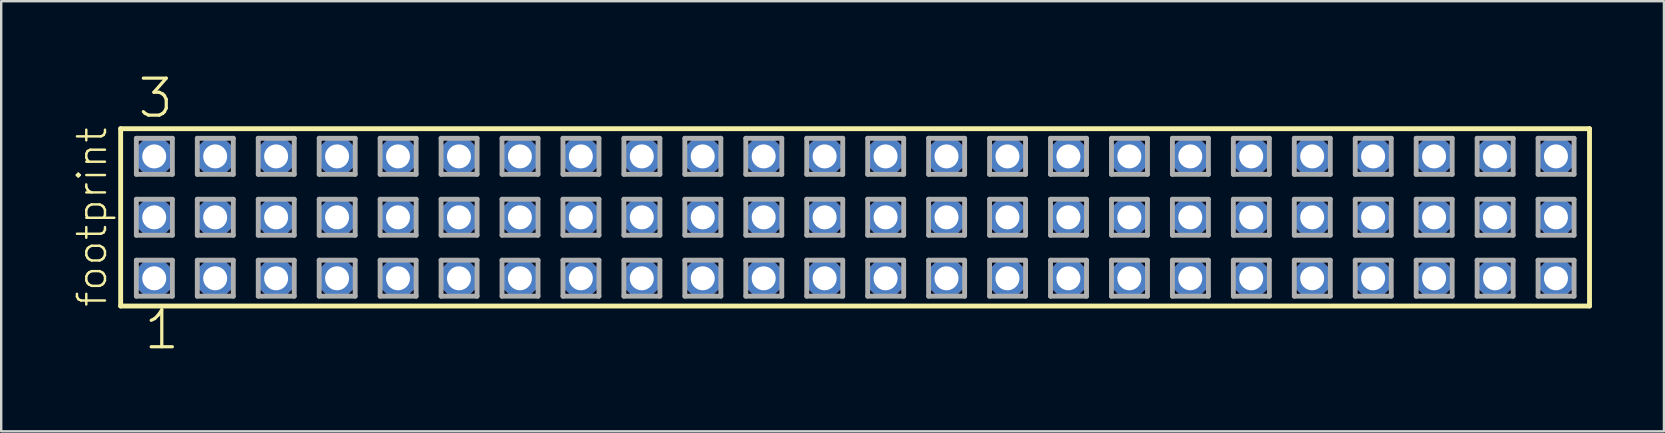
<source format=kicad_pcb>
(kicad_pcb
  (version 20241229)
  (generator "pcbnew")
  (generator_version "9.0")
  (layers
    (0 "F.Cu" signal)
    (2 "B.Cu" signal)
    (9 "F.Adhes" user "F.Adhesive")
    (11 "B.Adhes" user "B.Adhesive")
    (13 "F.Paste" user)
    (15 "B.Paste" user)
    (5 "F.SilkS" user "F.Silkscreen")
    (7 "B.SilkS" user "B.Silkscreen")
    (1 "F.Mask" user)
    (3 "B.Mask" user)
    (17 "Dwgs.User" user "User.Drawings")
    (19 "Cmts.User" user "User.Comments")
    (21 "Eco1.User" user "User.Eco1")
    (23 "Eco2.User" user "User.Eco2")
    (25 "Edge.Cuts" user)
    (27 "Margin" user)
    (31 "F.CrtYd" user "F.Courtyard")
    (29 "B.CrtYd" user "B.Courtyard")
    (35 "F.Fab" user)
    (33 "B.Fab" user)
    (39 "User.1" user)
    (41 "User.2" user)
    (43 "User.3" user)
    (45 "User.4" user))
  (footprint "footprint"
    (layer "F.Cu")
    (at 32.588 6.009)
    (property "Reference" "footprint" (at -31.115 3.81 90) (layer "F.SilkS") (effects (font (size 1.168 1.168) (thickness 0.102)) (justify left bottom)))
    (fp_line (start -30.609 -3.695) (end 30.609 -3.695) (stroke (width 0.203) (type solid)) (layer "F.SilkS"))
    (fp_line (start -30.609 3.695) (end -30.609 -3.695) (stroke (width 0.203) (type solid)) (layer "F.SilkS"))
    (fp_line (start 30.609 -3.695) (end 30.609 3.695) (stroke (width 0.203) (type solid)) (layer "F.SilkS"))
    (fp_line (start 30.609 3.695) (end -30.609 3.695) (stroke (width 0.203) (type solid)) (layer "F.SilkS"))
    (fp_line (start -29.955 -3.295) (end -28.455 -3.295) (stroke (width 0.203) (type solid)) (layer "F.Fab"))
    (fp_line (start -29.955 -1.795) (end -29.955 -3.295) (stroke (width 0.203) (type solid)) (layer "F.Fab"))
    (fp_line (start -29.955 -0.755) (end -28.455 -0.755) (stroke (width 0.203) (type solid)) (layer "F.Fab"))
    (fp_line (start -29.955 0.745) (end -29.955 -0.755) (stroke (width 0.203) (type solid)) (layer "F.Fab"))
    (fp_line (start -29.955 1.785) (end -28.455 1.785) (stroke (width 0.203) (type solid)) (layer "F.Fab"))
    (fp_line (start -29.955 3.285) (end -29.955 1.785) (stroke (width 0.203) (type solid)) (layer "F.Fab"))
    (fp_line (start -28.455 -3.295) (end -28.455 -1.795) (stroke (width 0.203) (type solid)) (layer "F.Fab"))
    (fp_line (start -28.455 -1.795) (end -29.955 -1.795) (stroke (width 0.203) (type solid)) (layer "F.Fab"))
    (fp_line (start -28.455 -0.755) (end -28.455 0.745) (stroke (width 0.203) (type solid)) (layer "F.Fab"))
    (fp_line (start -28.455 0.745) (end -29.955 0.745) (stroke (width 0.203) (type solid)) (layer "F.Fab"))
    (fp_line (start -28.455 1.785) (end -28.455 3.285) (stroke (width 0.203) (type solid)) (layer "F.Fab"))
    (fp_line (start -28.455 3.285) (end -29.955 3.285) (stroke (width 0.203) (type solid)) (layer "F.Fab"))
    (fp_line (start -27.415 -3.295) (end -25.915 -3.295) (stroke (width 0.203) (type solid)) (layer "F.Fab"))
    (fp_line (start -27.415 -1.795) (end -27.415 -3.295) (stroke (width 0.203) (type solid)) (layer "F.Fab"))
    (fp_line (start -27.415 -0.755) (end -25.915 -0.755) (stroke (width 0.203) (type solid)) (layer "F.Fab"))
    (fp_line (start -27.415 0.745) (end -27.415 -0.755) (stroke (width 0.203) (type solid)) (layer "F.Fab"))
    (fp_line (start -27.415 1.785) (end -25.915 1.785) (stroke (width 0.203) (type solid)) (layer "F.Fab"))
    (fp_line (start -27.415 3.285) (end -27.415 1.785) (stroke (width 0.203) (type solid)) (layer "F.Fab"))
    (fp_line (start -25.915 -3.295) (end -25.915 -1.795) (stroke (width 0.203) (type solid)) (layer "F.Fab"))
    (fp_line (start -25.915 -1.795) (end -27.415 -1.795) (stroke (width 0.203) (type solid)) (layer "F.Fab"))
    (fp_line (start -25.915 -0.755) (end -25.915 0.745) (stroke (width 0.203) (type solid)) (layer "F.Fab"))
    (fp_line (start -25.915 0.745) (end -27.415 0.745) (stroke (width 0.203) (type solid)) (layer "F.Fab"))
    (fp_line (start -25.915 1.785) (end -25.915 3.285) (stroke (width 0.203) (type solid)) (layer "F.Fab"))
    (fp_line (start -25.915 3.285) (end -27.415 3.285) (stroke (width 0.203) (type solid)) (layer "F.Fab"))
    (fp_line (start -24.875 -3.295) (end -23.375 -3.295) (stroke (width 0.203) (type solid)) (layer "F.Fab"))
    (fp_line (start -24.875 -1.795) (end -24.875 -3.295) (stroke (width 0.203) (type solid)) (layer "F.Fab"))
    (fp_line (start -24.875 -0.755) (end -23.375 -0.755) (stroke (width 0.203) (type solid)) (layer "F.Fab"))
    (fp_line (start -24.875 0.745) (end -24.875 -0.755) (stroke (width 0.203) (type solid)) (layer "F.Fab"))
    (fp_line (start -24.875 1.785) (end -23.375 1.785) (stroke (width 0.203) (type solid)) (layer "F.Fab"))
    (fp_line (start -24.875 3.285) (end -24.875 1.785) (stroke (width 0.203) (type solid)) (layer "F.Fab"))
    (fp_line (start -23.375 -3.295) (end -23.375 -1.795) (stroke (width 0.203) (type solid)) (layer "F.Fab"))
    (fp_line (start -23.375 -1.795) (end -24.875 -1.795) (stroke (width 0.203) (type solid)) (layer "F.Fab"))
    (fp_line (start -23.375 -0.755) (end -23.375 0.745) (stroke (width 0.203) (type solid)) (layer "F.Fab"))
    (fp_line (start -23.375 0.745) (end -24.875 0.745) (stroke (width 0.203) (type solid)) (layer "F.Fab"))
    (fp_line (start -23.375 1.785) (end -23.375 3.285) (stroke (width 0.203) (type solid)) (layer "F.Fab"))
    (fp_line (start -23.375 3.285) (end -24.875 3.285) (stroke (width 0.203) (type solid)) (layer "F.Fab"))
    (fp_line (start -22.335 -3.295) (end -20.835 -3.295) (stroke (width 0.203) (type solid)) (layer "F.Fab"))
    (fp_line (start -22.335 -1.795) (end -22.335 -3.295) (stroke (width 0.203) (type solid)) (layer "F.Fab"))
    (fp_line (start -22.335 -0.755) (end -20.835 -0.755) (stroke (width 0.203) (type solid)) (layer "F.Fab"))
    (fp_line (start -22.335 0.745) (end -22.335 -0.755) (stroke (width 0.203) (type solid)) (layer "F.Fab"))
    (fp_line (start -22.335 1.785) (end -20.835 1.785) (stroke (width 0.203) (type solid)) (layer "F.Fab"))
    (fp_line (start -22.335 3.285) (end -22.335 1.785) (stroke (width 0.203) (type solid)) (layer "F.Fab"))
    (fp_line (start -20.835 -3.295) (end -20.835 -1.795) (stroke (width 0.203) (type solid)) (layer "F.Fab"))
    (fp_line (start -20.835 -1.795) (end -22.335 -1.795) (stroke (width 0.203) (type solid)) (layer "F.Fab"))
    (fp_line (start -20.835 -0.755) (end -20.835 0.745) (stroke (width 0.203) (type solid)) (layer "F.Fab"))
    (fp_line (start -20.835 0.745) (end -22.335 0.745) (stroke (width 0.203) (type solid)) (layer "F.Fab"))
    (fp_line (start -20.835 1.785) (end -20.835 3.285) (stroke (width 0.203) (type solid)) (layer "F.Fab"))
    (fp_line (start -20.835 3.285) (end -22.335 3.285) (stroke (width 0.203) (type solid)) (layer "F.Fab"))
    (fp_line (start -19.795 -3.295) (end -18.295 -3.295) (stroke (width 0.203) (type solid)) (layer "F.Fab"))
    (fp_line (start -19.795 -1.795) (end -19.795 -3.295) (stroke (width 0.203) (type solid)) (layer "F.Fab"))
    (fp_line (start -19.795 -0.755) (end -18.295 -0.755) (stroke (width 0.203) (type solid)) (layer "F.Fab"))
    (fp_line (start -19.795 0.745) (end -19.795 -0.755) (stroke (width 0.203) (type solid)) (layer "F.Fab"))
    (fp_line (start -19.795 1.785) (end -18.295 1.785) (stroke (width 0.203) (type solid)) (layer "F.Fab"))
    (fp_line (start -19.795 3.285) (end -19.795 1.785) (stroke (width 0.203) (type solid)) (layer "F.Fab"))
    (fp_line (start -18.295 -3.295) (end -18.295 -1.795) (stroke (width 0.203) (type solid)) (layer "F.Fab"))
    (fp_line (start -18.295 -1.795) (end -19.795 -1.795) (stroke (width 0.203) (type solid)) (layer "F.Fab"))
    (fp_line (start -18.295 -0.755) (end -18.295 0.745) (stroke (width 0.203) (type solid)) (layer "F.Fab"))
    (fp_line (start -18.295 0.745) (end -19.795 0.745) (stroke (width 0.203) (type solid)) (layer "F.Fab"))
    (fp_line (start -18.295 1.785) (end -18.295 3.285) (stroke (width 0.203) (type solid)) (layer "F.Fab"))
    (fp_line (start -18.295 3.285) (end -19.795 3.285) (stroke (width 0.203) (type solid)) (layer "F.Fab"))
    (fp_line (start -17.255 -3.295) (end -15.755 -3.295) (stroke (width 0.203) (type solid)) (layer "F.Fab"))
    (fp_line (start -17.255 -1.795) (end -17.255 -3.295) (stroke (width 0.203) (type solid)) (layer "F.Fab"))
    (fp_line (start -17.255 -0.755) (end -15.755 -0.755) (stroke (width 0.203) (type solid)) (layer "F.Fab"))
    (fp_line (start -17.255 0.745) (end -17.255 -0.755) (stroke (width 0.203) (type solid)) (layer "F.Fab"))
    (fp_line (start -17.255 1.785) (end -15.755 1.785) (stroke (width 0.203) (type solid)) (layer "F.Fab"))
    (fp_line (start -17.255 3.285) (end -17.255 1.785) (stroke (width 0.203) (type solid)) (layer "F.Fab"))
    (fp_line (start -15.755 -3.295) (end -15.755 -1.795) (stroke (width 0.203) (type solid)) (layer "F.Fab"))
    (fp_line (start -15.755 -1.795) (end -17.255 -1.795) (stroke (width 0.203) (type solid)) (layer "F.Fab"))
    (fp_line (start -15.755 -0.755) (end -15.755 0.745) (stroke (width 0.203) (type solid)) (layer "F.Fab"))
    (fp_line (start -15.755 0.745) (end -17.255 0.745) (stroke (width 0.203) (type solid)) (layer "F.Fab"))
    (fp_line (start -15.755 1.785) (end -15.755 3.285) (stroke (width 0.203) (type solid)) (layer "F.Fab"))
    (fp_line (start -15.755 3.285) (end -17.255 3.285) (stroke (width 0.203) (type solid)) (layer "F.Fab"))
    (fp_line (start -14.715 -3.295) (end -13.215 -3.295) (stroke (width 0.203) (type solid)) (layer "F.Fab"))
    (fp_line (start -14.715 -1.795) (end -14.715 -3.295) (stroke (width 0.203) (type solid)) (layer "F.Fab"))
    (fp_line (start -14.715 -0.755) (end -13.215 -0.755) (stroke (width 0.203) (type solid)) (layer "F.Fab"))
    (fp_line (start -14.715 0.745) (end -14.715 -0.755) (stroke (width 0.203) (type solid)) (layer "F.Fab"))
    (fp_line (start -14.715 1.785) (end -13.215 1.785) (stroke (width 0.203) (type solid)) (layer "F.Fab"))
    (fp_line (start -14.715 3.285) (end -14.715 1.785) (stroke (width 0.203) (type solid)) (layer "F.Fab"))
    (fp_line (start -13.215 -3.295) (end -13.215 -1.795) (stroke (width 0.203) (type solid)) (layer "F.Fab"))
    (fp_line (start -13.215 -1.795) (end -14.715 -1.795) (stroke (width 0.203) (type solid)) (layer "F.Fab"))
    (fp_line (start -13.215 -0.755) (end -13.215 0.745) (stroke (width 0.203) (type solid)) (layer "F.Fab"))
    (fp_line (start -13.215 0.745) (end -14.715 0.745) (stroke (width 0.203) (type solid)) (layer "F.Fab"))
    (fp_line (start -13.215 1.785) (end -13.215 3.285) (stroke (width 0.203) (type solid)) (layer "F.Fab"))
    (fp_line (start -13.215 3.285) (end -14.715 3.285) (stroke (width 0.203) (type solid)) (layer "F.Fab"))
    (fp_line (start -12.175 -3.295) (end -10.675 -3.295) (stroke (width 0.203) (type solid)) (layer "F.Fab"))
    (fp_line (start -12.175 -1.795) (end -12.175 -3.295) (stroke (width 0.203) (type solid)) (layer "F.Fab"))
    (fp_line (start -12.175 -0.755) (end -10.675 -0.755) (stroke (width 0.203) (type solid)) (layer "F.Fab"))
    (fp_line (start -12.175 0.745) (end -12.175 -0.755) (stroke (width 0.203) (type solid)) (layer "F.Fab"))
    (fp_line (start -12.175 1.785) (end -10.675 1.785) (stroke (width 0.203) (type solid)) (layer "F.Fab"))
    (fp_line (start -12.175 3.285) (end -12.175 1.785) (stroke (width 0.203) (type solid)) (layer "F.Fab"))
    (fp_line (start -10.675 -3.295) (end -10.675 -1.795) (stroke (width 0.203) (type solid)) (layer "F.Fab"))
    (fp_line (start -10.675 -1.795) (end -12.175 -1.795) (stroke (width 0.203) (type solid)) (layer "F.Fab"))
    (fp_line (start -10.675 -0.755) (end -10.675 0.745) (stroke (width 0.203) (type solid)) (layer "F.Fab"))
    (fp_line (start -10.675 0.745) (end -12.175 0.745) (stroke (width 0.203) (type solid)) (layer "F.Fab"))
    (fp_line (start -10.675 1.785) (end -10.675 3.285) (stroke (width 0.203) (type solid)) (layer "F.Fab"))
    (fp_line (start -10.675 3.285) (end -12.175 3.285) (stroke (width 0.203) (type solid)) (layer "F.Fab"))
    (fp_line (start -9.635 -3.295) (end -8.135 -3.295) (stroke (width 0.203) (type solid)) (layer "F.Fab"))
    (fp_line (start -9.635 -1.795) (end -9.635 -3.295) (stroke (width 0.203) (type solid)) (layer "F.Fab"))
    (fp_line (start -9.635 -0.755) (end -8.135 -0.755) (stroke (width 0.203) (type solid)) (layer "F.Fab"))
    (fp_line (start -9.635 0.745) (end -9.635 -0.755) (stroke (width 0.203) (type solid)) (layer "F.Fab"))
    (fp_line (start -9.635 1.785) (end -8.135 1.785) (stroke (width 0.203) (type solid)) (layer "F.Fab"))
    (fp_line (start -9.635 3.285) (end -9.635 1.785) (stroke (width 0.203) (type solid)) (layer "F.Fab"))
    (fp_line (start -8.135 -3.295) (end -8.135 -1.795) (stroke (width 0.203) (type solid)) (layer "F.Fab"))
    (fp_line (start -8.135 -1.795) (end -9.635 -1.795) (stroke (width 0.203) (type solid)) (layer "F.Fab"))
    (fp_line (start -8.135 -0.755) (end -8.135 0.745) (stroke (width 0.203) (type solid)) (layer "F.Fab"))
    (fp_line (start -8.135 0.745) (end -9.635 0.745) (stroke (width 0.203) (type solid)) (layer "F.Fab"))
    (fp_line (start -8.135 1.785) (end -8.135 3.285) (stroke (width 0.203) (type solid)) (layer "F.Fab"))
    (fp_line (start -8.135 3.285) (end -9.635 3.285) (stroke (width 0.203) (type solid)) (layer "F.Fab"))
    (fp_line (start -7.095 -3.295) (end -5.595 -3.295) (stroke (width 0.203) (type solid)) (layer "F.Fab"))
    (fp_line (start -7.095 -1.795) (end -7.095 -3.295) (stroke (width 0.203) (type solid)) (layer "F.Fab"))
    (fp_line (start -7.095 -0.755) (end -5.595 -0.755) (stroke (width 0.203) (type solid)) (layer "F.Fab"))
    (fp_line (start -7.095 0.745) (end -7.095 -0.755) (stroke (width 0.203) (type solid)) (layer "F.Fab"))
    (fp_line (start -7.095 1.785) (end -5.595 1.785) (stroke (width 0.203) (type solid)) (layer "F.Fab"))
    (fp_line (start -7.095 3.285) (end -7.095 1.785) (stroke (width 0.203) (type solid)) (layer "F.Fab"))
    (fp_line (start -5.595 -3.295) (end -5.595 -1.795) (stroke (width 0.203) (type solid)) (layer "F.Fab"))
    (fp_line (start -5.595 -1.795) (end -7.095 -1.795) (stroke (width 0.203) (type solid)) (layer "F.Fab"))
    (fp_line (start -5.595 -0.755) (end -5.595 0.745) (stroke (width 0.203) (type solid)) (layer "F.Fab"))
    (fp_line (start -5.595 0.745) (end -7.095 0.745) (stroke (width 0.203) (type solid)) (layer "F.Fab"))
    (fp_line (start -5.595 1.785) (end -5.595 3.285) (stroke (width 0.203) (type solid)) (layer "F.Fab"))
    (fp_line (start -5.595 3.285) (end -7.095 3.285) (stroke (width 0.203) (type solid)) (layer "F.Fab"))
    (fp_line (start -4.555 -3.295) (end -3.055 -3.295) (stroke (width 0.203) (type solid)) (layer "F.Fab"))
    (fp_line (start -4.555 -1.795) (end -4.555 -3.295) (stroke (width 0.203) (type solid)) (layer "F.Fab"))
    (fp_line (start -4.555 -0.755) (end -3.055 -0.755) (stroke (width 0.203) (type solid)) (layer "F.Fab"))
    (fp_line (start -4.555 0.745) (end -4.555 -0.755) (stroke (width 0.203) (type solid)) (layer "F.Fab"))
    (fp_line (start -4.555 1.785) (end -3.055 1.785) (stroke (width 0.203) (type solid)) (layer "F.Fab"))
    (fp_line (start -4.555 3.285) (end -4.555 1.785) (stroke (width 0.203) (type solid)) (layer "F.Fab"))
    (fp_line (start -3.055 -3.295) (end -3.055 -1.795) (stroke (width 0.203) (type solid)) (layer "F.Fab"))
    (fp_line (start -3.055 -1.795) (end -4.555 -1.795) (stroke (width 0.203) (type solid)) (layer "F.Fab"))
    (fp_line (start -3.055 -0.755) (end -3.055 0.745) (stroke (width 0.203) (type solid)) (layer "F.Fab"))
    (fp_line (start -3.055 0.745) (end -4.555 0.745) (stroke (width 0.203) (type solid)) (layer "F.Fab"))
    (fp_line (start -3.055 1.785) (end -3.055 3.285) (stroke (width 0.203) (type solid)) (layer "F.Fab"))
    (fp_line (start -3.055 3.285) (end -4.555 3.285) (stroke (width 0.203) (type solid)) (layer "F.Fab"))
    (fp_line (start -2.015 -3.295) (end -0.515 -3.295) (stroke (width 0.203) (type solid)) (layer "F.Fab"))
    (fp_line (start -2.015 -1.795) (end -2.015 -3.295) (stroke (width 0.203) (type solid)) (layer "F.Fab"))
    (fp_line (start -2.015 -0.755) (end -0.515 -0.755) (stroke (width 0.203) (type solid)) (layer "F.Fab"))
    (fp_line (start -2.015 0.745) (end -2.015 -0.755) (stroke (width 0.203) (type solid)) (layer "F.Fab"))
    (fp_line (start -2.015 1.785) (end -0.515 1.785) (stroke (width 0.203) (type solid)) (layer "F.Fab"))
    (fp_line (start -2.015 3.285) (end -2.015 1.785) (stroke (width 0.203) (type solid)) (layer "F.Fab"))
    (fp_line (start -0.515 -3.295) (end -0.515 -1.795) (stroke (width 0.203) (type solid)) (layer "F.Fab"))
    (fp_line (start -0.515 -1.795) (end -2.015 -1.795) (stroke (width 0.203) (type solid)) (layer "F.Fab"))
    (fp_line (start -0.515 -0.755) (end -0.515 0.745) (stroke (width 0.203) (type solid)) (layer "F.Fab"))
    (fp_line (start -0.515 0.745) (end -2.015 0.745) (stroke (width 0.203) (type solid)) (layer "F.Fab"))
    (fp_line (start -0.515 1.785) (end -0.515 3.285) (stroke (width 0.203) (type solid)) (layer "F.Fab"))
    (fp_line (start -0.515 3.285) (end -2.015 3.285) (stroke (width 0.203) (type solid)) (layer "F.Fab"))
    (fp_line (start 0.525 -3.295) (end 2.025 -3.295) (stroke (width 0.203) (type solid)) (layer "F.Fab"))
    (fp_line (start 0.525 -1.795) (end 0.525 -3.295) (stroke (width 0.203) (type solid)) (layer "F.Fab"))
    (fp_line (start 0.525 -0.755) (end 2.025 -0.755) (stroke (width 0.203) (type solid)) (layer "F.Fab"))
    (fp_line (start 0.525 0.745) (end 0.525 -0.755) (stroke (width 0.203) (type solid)) (layer "F.Fab"))
    (fp_line (start 0.525 1.785) (end 2.025 1.785) (stroke (width 0.203) (type solid)) (layer "F.Fab"))
    (fp_line (start 0.525 3.285) (end 0.525 1.785) (stroke (width 0.203) (type solid)) (layer "F.Fab"))
    (fp_line (start 2.025 -3.295) (end 2.025 -1.795) (stroke (width 0.203) (type solid)) (layer "F.Fab"))
    (fp_line (start 2.025 -1.795) (end 0.525 -1.795) (stroke (width 0.203) (type solid)) (layer "F.Fab"))
    (fp_line (start 2.025 -0.755) (end 2.025 0.745) (stroke (width 0.203) (type solid)) (layer "F.Fab"))
    (fp_line (start 2.025 0.745) (end 0.525 0.745) (stroke (width 0.203) (type solid)) (layer "F.Fab"))
    (fp_line (start 2.025 1.785) (end 2.025 3.285) (stroke (width 0.203) (type solid)) (layer "F.Fab"))
    (fp_line (start 2.025 3.285) (end 0.525 3.285) (stroke (width 0.203) (type solid)) (layer "F.Fab"))
    (fp_line (start 3.065 -3.295) (end 4.565 -3.295) (stroke (width 0.203) (type solid)) (layer "F.Fab"))
    (fp_line (start 3.065 -1.795) (end 3.065 -3.295) (stroke (width 0.203) (type solid)) (layer "F.Fab"))
    (fp_line (start 3.065 -0.755) (end 4.565 -0.755) (stroke (width 0.203) (type solid)) (layer "F.Fab"))
    (fp_line (start 3.065 0.745) (end 3.065 -0.755) (stroke (width 0.203) (type solid)) (layer "F.Fab"))
    (fp_line (start 3.065 1.785) (end 4.565 1.785) (stroke (width 0.203) (type solid)) (layer "F.Fab"))
    (fp_line (start 3.065 3.285) (end 3.065 1.785) (stroke (width 0.203) (type solid)) (layer "F.Fab"))
    (fp_line (start 4.565 -3.295) (end 4.565 -1.795) (stroke (width 0.203) (type solid)) (layer "F.Fab"))
    (fp_line (start 4.565 -1.795) (end 3.065 -1.795) (stroke (width 0.203) (type solid)) (layer "F.Fab"))
    (fp_line (start 4.565 -0.755) (end 4.565 0.745) (stroke (width 0.203) (type solid)) (layer "F.Fab"))
    (fp_line (start 4.565 0.745) (end 3.065 0.745) (stroke (width 0.203) (type solid)) (layer "F.Fab"))
    (fp_line (start 4.565 1.785) (end 4.565 3.285) (stroke (width 0.203) (type solid)) (layer "F.Fab"))
    (fp_line (start 4.565 3.285) (end 3.065 3.285) (stroke (width 0.203) (type solid)) (layer "F.Fab"))
    (fp_line (start 5.605 -3.295) (end 7.105 -3.295) (stroke (width 0.203) (type solid)) (layer "F.Fab"))
    (fp_line (start 5.605 -1.795) (end 5.605 -3.295) (stroke (width 0.203) (type solid)) (layer "F.Fab"))
    (fp_line (start 5.605 -0.755) (end 7.105 -0.755) (stroke (width 0.203) (type solid)) (layer "F.Fab"))
    (fp_line (start 5.605 0.745) (end 5.605 -0.755) (stroke (width 0.203) (type solid)) (layer "F.Fab"))
    (fp_line (start 5.605 1.785) (end 7.105 1.785) (stroke (width 0.203) (type solid)) (layer "F.Fab"))
    (fp_line (start 5.605 3.285) (end 5.605 1.785) (stroke (width 0.203) (type solid)) (layer "F.Fab"))
    (fp_line (start 7.105 -3.295) (end 7.105 -1.795) (stroke (width 0.203) (type solid)) (layer "F.Fab"))
    (fp_line (start 7.105 -1.795) (end 5.605 -1.795) (stroke (width 0.203) (type solid)) (layer "F.Fab"))
    (fp_line (start 7.105 -0.755) (end 7.105 0.745) (stroke (width 0.203) (type solid)) (layer "F.Fab"))
    (fp_line (start 7.105 0.745) (end 5.605 0.745) (stroke (width 0.203) (type solid)) (layer "F.Fab"))
    (fp_line (start 7.105 1.785) (end 7.105 3.285) (stroke (width 0.203) (type solid)) (layer "F.Fab"))
    (fp_line (start 7.105 3.285) (end 5.605 3.285) (stroke (width 0.203) (type solid)) (layer "F.Fab"))
    (fp_line (start 8.145 -3.295) (end 9.645 -3.295) (stroke (width 0.203) (type solid)) (layer "F.Fab"))
    (fp_line (start 8.145 -1.795) (end 8.145 -3.295) (stroke (width 0.203) (type solid)) (layer "F.Fab"))
    (fp_line (start 8.145 -0.755) (end 9.645 -0.755) (stroke (width 0.203) (type solid)) (layer "F.Fab"))
    (fp_line (start 8.145 0.745) (end 8.145 -0.755) (stroke (width 0.203) (type solid)) (layer "F.Fab"))
    (fp_line (start 8.145 1.785) (end 9.645 1.785) (stroke (width 0.203) (type solid)) (layer "F.Fab"))
    (fp_line (start 8.145 3.285) (end 8.145 1.785) (stroke (width 0.203) (type solid)) (layer "F.Fab"))
    (fp_line (start 9.645 -3.295) (end 9.645 -1.795) (stroke (width 0.203) (type solid)) (layer "F.Fab"))
    (fp_line (start 9.645 -1.795) (end 8.145 -1.795) (stroke (width 0.203) (type solid)) (layer "F.Fab"))
    (fp_line (start 9.645 -0.755) (end 9.645 0.745) (stroke (width 0.203) (type solid)) (layer "F.Fab"))
    (fp_line (start 9.645 0.745) (end 8.145 0.745) (stroke (width 0.203) (type solid)) (layer "F.Fab"))
    (fp_line (start 9.645 1.785) (end 9.645 3.285) (stroke (width 0.203) (type solid)) (layer "F.Fab"))
    (fp_line (start 9.645 3.285) (end 8.145 3.285) (stroke (width 0.203) (type solid)) (layer "F.Fab"))
    (fp_line (start 10.685 -3.295) (end 12.185 -3.295) (stroke (width 0.203) (type solid)) (layer "F.Fab"))
    (fp_line (start 10.685 -1.795) (end 10.685 -3.295) (stroke (width 0.203) (type solid)) (layer "F.Fab"))
    (fp_line (start 10.685 -0.755) (end 12.185 -0.755) (stroke (width 0.203) (type solid)) (layer "F.Fab"))
    (fp_line (start 10.685 0.745) (end 10.685 -0.755) (stroke (width 0.203) (type solid)) (layer "F.Fab"))
    (fp_line (start 10.685 1.785) (end 12.185 1.785) (stroke (width 0.203) (type solid)) (layer "F.Fab"))
    (fp_line (start 10.685 3.285) (end 10.685 1.785) (stroke (width 0.203) (type solid)) (layer "F.Fab"))
    (fp_line (start 12.185 -3.295) (end 12.185 -1.795) (stroke (width 0.203) (type solid)) (layer "F.Fab"))
    (fp_line (start 12.185 -1.795) (end 10.685 -1.795) (stroke (width 0.203) (type solid)) (layer "F.Fab"))
    (fp_line (start 12.185 -0.755) (end 12.185 0.745) (stroke (width 0.203) (type solid)) (layer "F.Fab"))
    (fp_line (start 12.185 0.745) (end 10.685 0.745) (stroke (width 0.203) (type solid)) (layer "F.Fab"))
    (fp_line (start 12.185 1.785) (end 12.185 3.285) (stroke (width 0.203) (type solid)) (layer "F.Fab"))
    (fp_line (start 12.185 3.285) (end 10.685 3.285) (stroke (width 0.203) (type solid)) (layer "F.Fab"))
    (fp_line (start 13.225 -3.295) (end 14.725 -3.295) (stroke (width 0.203) (type solid)) (layer "F.Fab"))
    (fp_line (start 13.225 -1.795) (end 13.225 -3.295) (stroke (width 0.203) (type solid)) (layer "F.Fab"))
    (fp_line (start 13.225 -0.755) (end 14.725 -0.755) (stroke (width 0.203) (type solid)) (layer "F.Fab"))
    (fp_line (start 13.225 0.745) (end 13.225 -0.755) (stroke (width 0.203) (type solid)) (layer "F.Fab"))
    (fp_line (start 13.225 1.785) (end 14.725 1.785) (stroke (width 0.203) (type solid)) (layer "F.Fab"))
    (fp_line (start 13.225 3.285) (end 13.225 1.785) (stroke (width 0.203) (type solid)) (layer "F.Fab"))
    (fp_line (start 14.725 -3.295) (end 14.725 -1.795) (stroke (width 0.203) (type solid)) (layer "F.Fab"))
    (fp_line (start 14.725 -1.795) (end 13.225 -1.795) (stroke (width 0.203) (type solid)) (layer "F.Fab"))
    (fp_line (start 14.725 -0.755) (end 14.725 0.745) (stroke (width 0.203) (type solid)) (layer "F.Fab"))
    (fp_line (start 14.725 0.745) (end 13.225 0.745) (stroke (width 0.203) (type solid)) (layer "F.Fab"))
    (fp_line (start 14.725 1.785) (end 14.725 3.285) (stroke (width 0.203) (type solid)) (layer "F.Fab"))
    (fp_line (start 14.725 3.285) (end 13.225 3.285) (stroke (width 0.203) (type solid)) (layer "F.Fab"))
    (fp_line (start 15.765 -3.295) (end 17.265 -3.295) (stroke (width 0.203) (type solid)) (layer "F.Fab"))
    (fp_line (start 15.765 -1.795) (end 15.765 -3.295) (stroke (width 0.203) (type solid)) (layer "F.Fab"))
    (fp_line (start 15.765 -0.755) (end 17.265 -0.755) (stroke (width 0.203) (type solid)) (layer "F.Fab"))
    (fp_line (start 15.765 0.745) (end 15.765 -0.755) (stroke (width 0.203) (type solid)) (layer "F.Fab"))
    (fp_line (start 15.765 1.785) (end 17.265 1.785) (stroke (width 0.203) (type solid)) (layer "F.Fab"))
    (fp_line (start 15.765 3.285) (end 15.765 1.785) (stroke (width 0.203) (type solid)) (layer "F.Fab"))
    (fp_line (start 17.265 -3.295) (end 17.265 -1.795) (stroke (width 0.203) (type solid)) (layer "F.Fab"))
    (fp_line (start 17.265 -1.795) (end 15.765 -1.795) (stroke (width 0.203) (type solid)) (layer "F.Fab"))
    (fp_line (start 17.265 -0.755) (end 17.265 0.745) (stroke (width 0.203) (type solid)) (layer "F.Fab"))
    (fp_line (start 17.265 0.745) (end 15.765 0.745) (stroke (width 0.203) (type solid)) (layer "F.Fab"))
    (fp_line (start 17.265 1.785) (end 17.265 3.285) (stroke (width 0.203) (type solid)) (layer "F.Fab"))
    (fp_line (start 17.265 3.285) (end 15.765 3.285) (stroke (width 0.203) (type solid)) (layer "F.Fab"))
    (fp_line (start 18.305 -3.295) (end 19.805 -3.295) (stroke (width 0.203) (type solid)) (layer "F.Fab"))
    (fp_line (start 18.305 -1.795) (end 18.305 -3.295) (stroke (width 0.203) (type solid)) (layer "F.Fab"))
    (fp_line (start 18.305 -0.755) (end 19.805 -0.755) (stroke (width 0.203) (type solid)) (layer "F.Fab"))
    (fp_line (start 18.305 0.745) (end 18.305 -0.755) (stroke (width 0.203) (type solid)) (layer "F.Fab"))
    (fp_line (start 18.305 1.785) (end 19.805 1.785) (stroke (width 0.203) (type solid)) (layer "F.Fab"))
    (fp_line (start 18.305 3.285) (end 18.305 1.785) (stroke (width 0.203) (type solid)) (layer "F.Fab"))
    (fp_line (start 19.805 -3.295) (end 19.805 -1.795) (stroke (width 0.203) (type solid)) (layer "F.Fab"))
    (fp_line (start 19.805 -1.795) (end 18.305 -1.795) (stroke (width 0.203) (type solid)) (layer "F.Fab"))
    (fp_line (start 19.805 -0.755) (end 19.805 0.745) (stroke (width 0.203) (type solid)) (layer "F.Fab"))
    (fp_line (start 19.805 0.745) (end 18.305 0.745) (stroke (width 0.203) (type solid)) (layer "F.Fab"))
    (fp_line (start 19.805 1.785) (end 19.805 3.285) (stroke (width 0.203) (type solid)) (layer "F.Fab"))
    (fp_line (start 19.805 3.285) (end 18.305 3.285) (stroke (width 0.203) (type solid)) (layer "F.Fab"))
    (fp_line (start 20.845 -3.295) (end 22.345 -3.295) (stroke (width 0.203) (type solid)) (layer "F.Fab"))
    (fp_line (start 20.845 -1.795) (end 20.845 -3.295) (stroke (width 0.203) (type solid)) (layer "F.Fab"))
    (fp_line (start 20.845 -0.755) (end 22.345 -0.755) (stroke (width 0.203) (type solid)) (layer "F.Fab"))
    (fp_line (start 20.845 0.745) (end 20.845 -0.755) (stroke (width 0.203) (type solid)) (layer "F.Fab"))
    (fp_line (start 20.845 1.785) (end 22.345 1.785) (stroke (width 0.203) (type solid)) (layer "F.Fab"))
    (fp_line (start 20.845 3.285) (end 20.845 1.785) (stroke (width 0.203) (type solid)) (layer "F.Fab"))
    (fp_line (start 22.345 -3.295) (end 22.345 -1.795) (stroke (width 0.203) (type solid)) (layer "F.Fab"))
    (fp_line (start 22.345 -1.795) (end 20.845 -1.795) (stroke (width 0.203) (type solid)) (layer "F.Fab"))
    (fp_line (start 22.345 -0.755) (end 22.345 0.745) (stroke (width 0.203) (type solid)) (layer "F.Fab"))
    (fp_line (start 22.345 0.745) (end 20.845 0.745) (stroke (width 0.203) (type solid)) (layer "F.Fab"))
    (fp_line (start 22.345 1.785) (end 22.345 3.285) (stroke (width 0.203) (type solid)) (layer "F.Fab"))
    (fp_line (start 22.345 3.285) (end 20.845 3.285) (stroke (width 0.203) (type solid)) (layer "F.Fab"))
    (fp_line (start 23.385 -3.295) (end 24.885 -3.295) (stroke (width 0.203) (type solid)) (layer "F.Fab"))
    (fp_line (start 23.385 -1.795) (end 23.385 -3.295) (stroke (width 0.203) (type solid)) (layer "F.Fab"))
    (fp_line (start 23.385 -0.755) (end 24.885 -0.755) (stroke (width 0.203) (type solid)) (layer "F.Fab"))
    (fp_line (start 23.385 0.745) (end 23.385 -0.755) (stroke (width 0.203) (type solid)) (layer "F.Fab"))
    (fp_line (start 23.385 1.785) (end 24.885 1.785) (stroke (width 0.203) (type solid)) (layer "F.Fab"))
    (fp_line (start 23.385 3.285) (end 23.385 1.785) (stroke (width 0.203) (type solid)) (layer "F.Fab"))
    (fp_line (start 24.885 -3.295) (end 24.885 -1.795) (stroke (width 0.203) (type solid)) (layer "F.Fab"))
    (fp_line (start 24.885 -1.795) (end 23.385 -1.795) (stroke (width 0.203) (type solid)) (layer "F.Fab"))
    (fp_line (start 24.885 -0.755) (end 24.885 0.745) (stroke (width 0.203) (type solid)) (layer "F.Fab"))
    (fp_line (start 24.885 0.745) (end 23.385 0.745) (stroke (width 0.203) (type solid)) (layer "F.Fab"))
    (fp_line (start 24.885 1.785) (end 24.885 3.285) (stroke (width 0.203) (type solid)) (layer "F.Fab"))
    (fp_line (start 24.885 3.285) (end 23.385 3.285) (stroke (width 0.203) (type solid)) (layer "F.Fab"))
    (fp_line (start 25.925 -3.295) (end 27.425 -3.295) (stroke (width 0.203) (type solid)) (layer "F.Fab"))
    (fp_line (start 25.925 -1.795) (end 25.925 -3.295) (stroke (width 0.203) (type solid)) (layer "F.Fab"))
    (fp_line (start 25.925 -0.755) (end 27.425 -0.755) (stroke (width 0.203) (type solid)) (layer "F.Fab"))
    (fp_line (start 25.925 0.745) (end 25.925 -0.755) (stroke (width 0.203) (type solid)) (layer "F.Fab"))
    (fp_line (start 25.925 1.785) (end 27.425 1.785) (stroke (width 0.203) (type solid)) (layer "F.Fab"))
    (fp_line (start 25.925 3.285) (end 25.925 1.785) (stroke (width 0.203) (type solid)) (layer "F.Fab"))
    (fp_line (start 27.425 -3.295) (end 27.425 -1.795) (stroke (width 0.203) (type solid)) (layer "F.Fab"))
    (fp_line (start 27.425 -1.795) (end 25.925 -1.795) (stroke (width 0.203) (type solid)) (layer "F.Fab"))
    (fp_line (start 27.425 -0.755) (end 27.425 0.745) (stroke (width 0.203) (type solid)) (layer "F.Fab"))
    (fp_line (start 27.425 0.745) (end 25.925 0.745) (stroke (width 0.203) (type solid)) (layer "F.Fab"))
    (fp_line (start 27.425 1.785) (end 27.425 3.285) (stroke (width 0.203) (type solid)) (layer "F.Fab"))
    (fp_line (start 27.425 3.285) (end 25.925 3.285) (stroke (width 0.203) (type solid)) (layer "F.Fab"))
    (fp_line (start 28.465 -3.295) (end 29.965 -3.295) (stroke (width 0.203) (type solid)) (layer "F.Fab"))
    (fp_line (start 28.465 -1.795) (end 28.465 -3.295) (stroke (width 0.203) (type solid)) (layer "F.Fab"))
    (fp_line (start 28.465 -0.755) (end 29.965 -0.755) (stroke (width 0.203) (type solid)) (layer "F.Fab"))
    (fp_line (start 28.465 0.745) (end 28.465 -0.755) (stroke (width 0.203) (type solid)) (layer "F.Fab"))
    (fp_line (start 28.465 1.785) (end 29.965 1.785) (stroke (width 0.203) (type solid)) (layer "F.Fab"))
    (fp_line (start 28.465 3.285) (end 28.465 1.785) (stroke (width 0.203) (type solid)) (layer "F.Fab"))
    (fp_line (start 29.965 -3.295) (end 29.965 -1.795) (stroke (width 0.203) (type solid)) (layer "F.Fab"))
    (fp_line (start 29.965 -1.795) (end 28.465 -1.795) (stroke (width 0.203) (type solid)) (layer "F.Fab"))
    (fp_line (start 29.965 -0.755) (end 29.965 0.745) (stroke (width 0.203) (type solid)) (layer "F.Fab"))
    (fp_line (start 29.965 0.745) (end 28.465 0.745) (stroke (width 0.203) (type solid)) (layer "F.Fab"))
    (fp_line (start 29.965 1.785) (end 29.965 3.285) (stroke (width 0.203) (type solid)) (layer "F.Fab"))
    (fp_line (start 29.965 3.285) (end 28.465 3.285) (stroke (width 0.203) (type solid)) (layer "F.Fab"))
    (fp_text user "3" (at -29.972 -4.064 0) (layer "F.SilkS") (effects (font (size 1.542 1.542) (thickness 0.134)) (justify left bottom)))
    (fp_text user "1" (at -29.718 5.588 0) (layer "F.SilkS") (effects (font (size 1.542 1.542) (thickness 0.134)) (justify left bottom)))
    (pad "1" thru_hole roundrect (at -29.21 2.54) (size 1.5 1.5) (drill 1) (layers "*.Cu" "*.Mask") (roundrect_rratio 0.25) (chamfer_ratio 0.25) (chamfer top_left top_right bottom_left bottom_right))
    (pad "2" thru_hole roundrect (at -29.21 0) (size 1.5 1.5) (drill 1) (layers "*.Cu" "*.Mask") (roundrect_rratio 0.25) (chamfer_ratio 0.25) (chamfer top_left top_right bottom_left bottom_right))
    (pad "3" thru_hole roundrect (at -29.21 -2.54) (size 1.5 1.5) (drill 1) (layers "*.Cu" "*.Mask") (roundrect_rratio 0.25) (chamfer_ratio 0.25) (chamfer top_left top_right bottom_left bottom_right))
    (pad "4" thru_hole roundrect (at -26.67 2.54) (size 1.5 1.5) (drill 1) (layers "*.Cu" "*.Mask") (roundrect_rratio 0.25) (chamfer_ratio 0.25) (chamfer top_left top_right bottom_left bottom_right))
    (pad "5" thru_hole roundrect (at -26.67 0) (size 1.5 1.5) (drill 1) (layers "*.Cu" "*.Mask") (roundrect_rratio 0.25) (chamfer_ratio 0.25) (chamfer top_left top_right bottom_left bottom_right))
    (pad "6" thru_hole roundrect (at -26.67 -2.54) (size 1.5 1.5) (drill 1) (layers "*.Cu" "*.Mask") (roundrect_rratio 0.25) (chamfer_ratio 0.25) (chamfer top_left top_right bottom_left bottom_right))
    (pad "7" thru_hole roundrect (at -24.13 2.54) (size 1.5 1.5) (drill 1) (layers "*.Cu" "*.Mask") (roundrect_rratio 0.25) (chamfer_ratio 0.25) (chamfer top_left top_right bottom_left bottom_right))
    (pad "8" thru_hole roundrect (at -24.13 0) (size 1.5 1.5) (drill 1) (layers "*.Cu" "*.Mask") (roundrect_rratio 0.25) (chamfer_ratio 0.25) (chamfer top_left top_right bottom_left bottom_right))
    (pad "9" thru_hole roundrect (at -24.13 -2.54) (size 1.5 1.5) (drill 1) (layers "*.Cu" "*.Mask") (roundrect_rratio 0.25) (chamfer_ratio 0.25) (chamfer top_left top_right bottom_left bottom_right))
    (pad "10" thru_hole roundrect (at -21.59 2.54) (size 1.5 1.5) (drill 1) (layers "*.Cu" "*.Mask") (roundrect_rratio 0.25) (chamfer_ratio 0.25) (chamfer top_left top_right bottom_left bottom_right))
    (pad "11" thru_hole roundrect (at -21.59 0) (size 1.5 1.5) (drill 1) (layers "*.Cu" "*.Mask") (roundrect_rratio 0.25) (chamfer_ratio 0.25) (chamfer top_left top_right bottom_left bottom_right))
    (pad "12" thru_hole roundrect (at -21.59 -2.54) (size 1.5 1.5) (drill 1) (layers "*.Cu" "*.Mask") (roundrect_rratio 0.25) (chamfer_ratio 0.25) (chamfer top_left top_right bottom_left bottom_right))
    (pad "13" thru_hole roundrect (at -19.05 2.54) (size 1.5 1.5) (drill 1) (layers "*.Cu" "*.Mask") (roundrect_rratio 0.25) (chamfer_ratio 0.25) (chamfer top_left top_right bottom_left bottom_right))
    (pad "14" thru_hole roundrect (at -19.05 0) (size 1.5 1.5) (drill 1) (layers "*.Cu" "*.Mask") (roundrect_rratio 0.25) (chamfer_ratio 0.25) (chamfer top_left top_right bottom_left bottom_right))
    (pad "15" thru_hole roundrect (at -19.05 -2.54) (size 1.5 1.5) (drill 1) (layers "*.Cu" "*.Mask") (roundrect_rratio 0.25) (chamfer_ratio 0.25) (chamfer top_left top_right bottom_left bottom_right))
    (pad "16" thru_hole roundrect (at -16.51 2.54) (size 1.5 1.5) (drill 1) (layers "*.Cu" "*.Mask") (roundrect_rratio 0.25) (chamfer_ratio 0.25) (chamfer top_left top_right bottom_left bottom_right))
    (pad "17" thru_hole roundrect (at -16.51 0) (size 1.5 1.5) (drill 1) (layers "*.Cu" "*.Mask") (roundrect_rratio 0.25) (chamfer_ratio 0.25) (chamfer top_left top_right bottom_left bottom_right))
    (pad "18" thru_hole roundrect (at -16.51 -2.54) (size 1.5 1.5) (drill 1) (layers "*.Cu" "*.Mask") (roundrect_rratio 0.25) (chamfer_ratio 0.25) (chamfer top_left top_right bottom_left bottom_right))
    (pad "19" thru_hole roundrect (at -13.97 2.54) (size 1.5 1.5) (drill 1) (layers "*.Cu" "*.Mask") (roundrect_rratio 0.25) (chamfer_ratio 0.25) (chamfer top_left top_right bottom_left bottom_right))
    (pad "20" thru_hole roundrect (at -13.97 0) (size 1.5 1.5) (drill 1) (layers "*.Cu" "*.Mask") (roundrect_rratio 0.25) (chamfer_ratio 0.25) (chamfer top_left top_right bottom_left bottom_right))
    (pad "21" thru_hole roundrect (at -13.97 -2.54) (size 1.5 1.5) (drill 1) (layers "*.Cu" "*.Mask") (roundrect_rratio 0.25) (chamfer_ratio 0.25) (chamfer top_left top_right bottom_left bottom_right))
    (pad "22" thru_hole roundrect (at -11.43 2.54) (size 1.5 1.5) (drill 1) (layers "*.Cu" "*.Mask") (roundrect_rratio 0.25) (chamfer_ratio 0.25) (chamfer top_left top_right bottom_left bottom_right))
    (pad "23" thru_hole roundrect (at -11.43 0) (size 1.5 1.5) (drill 1) (layers "*.Cu" "*.Mask") (roundrect_rratio 0.25) (chamfer_ratio 0.25) (chamfer top_left top_right bottom_left bottom_right))
    (pad "24" thru_hole roundrect (at -11.43 -2.54) (size 1.5 1.5) (drill 1) (layers "*.Cu" "*.Mask") (roundrect_rratio 0.25) (chamfer_ratio 0.25) (chamfer top_left top_right bottom_left bottom_right))
    (pad "25" thru_hole roundrect (at -8.89 2.54) (size 1.5 1.5) (drill 1) (layers "*.Cu" "*.Mask") (roundrect_rratio 0.25) (chamfer_ratio 0.25) (chamfer top_left top_right bottom_left bottom_right))
    (pad "26" thru_hole roundrect (at -8.89 0) (size 1.5 1.5) (drill 1) (layers "*.Cu" "*.Mask") (roundrect_rratio 0.25) (chamfer_ratio 0.25) (chamfer top_left top_right bottom_left bottom_right))
    (pad "27" thru_hole roundrect (at -8.89 -2.54) (size 1.5 1.5) (drill 1) (layers "*.Cu" "*.Mask") (roundrect_rratio 0.25) (chamfer_ratio 0.25) (chamfer top_left top_right bottom_left bottom_right))
    (pad "28" thru_hole roundrect (at -6.35 2.54) (size 1.5 1.5) (drill 1) (layers "*.Cu" "*.Mask") (roundrect_rratio 0.25) (chamfer_ratio 0.25) (chamfer top_left top_right bottom_left bottom_right))
    (pad "29" thru_hole roundrect (at -6.35 0) (size 1.5 1.5) (drill 1) (layers "*.Cu" "*.Mask") (roundrect_rratio 0.25) (chamfer_ratio 0.25) (chamfer top_left top_right bottom_left bottom_right))
    (pad "30" thru_hole roundrect (at -6.35 -2.54) (size 1.5 1.5) (drill 1) (layers "*.Cu" "*.Mask") (roundrect_rratio 0.25) (chamfer_ratio 0.25) (chamfer top_left top_right bottom_left bottom_right))
    (pad "31" thru_hole roundrect (at -3.81 2.54) (size 1.5 1.5) (drill 1) (layers "*.Cu" "*.Mask") (roundrect_rratio 0.25) (chamfer_ratio 0.25) (chamfer top_left top_right bottom_left bottom_right))
    (pad "32" thru_hole roundrect (at -3.81 0) (size 1.5 1.5) (drill 1) (layers "*.Cu" "*.Mask") (roundrect_rratio 0.25) (chamfer_ratio 0.25) (chamfer top_left top_right bottom_left bottom_right))
    (pad "33" thru_hole roundrect (at -3.81 -2.54) (size 1.5 1.5) (drill 1) (layers "*.Cu" "*.Mask") (roundrect_rratio 0.25) (chamfer_ratio 0.25) (chamfer top_left top_right bottom_left bottom_right))
    (pad "34" thru_hole roundrect (at -1.27 2.54) (size 1.5 1.5) (drill 1) (layers "*.Cu" "*.Mask") (roundrect_rratio 0.25) (chamfer_ratio 0.25) (chamfer top_left top_right bottom_left bottom_right))
    (pad "35" thru_hole roundrect (at -1.27 0) (size 1.5 1.5) (drill 1) (layers "*.Cu" "*.Mask") (roundrect_rratio 0.25) (chamfer_ratio 0.25) (chamfer top_left top_right bottom_left bottom_right))
    (pad "36" thru_hole roundrect (at -1.27 -2.54) (size 1.5 1.5) (drill 1) (layers "*.Cu" "*.Mask") (roundrect_rratio 0.25) (chamfer_ratio 0.25) (chamfer top_left top_right bottom_left bottom_right))
    (pad "37" thru_hole roundrect (at 1.27 2.54) (size 1.5 1.5) (drill 1) (layers "*.Cu" "*.Mask") (roundrect_rratio 0.25) (chamfer_ratio 0.25) (chamfer top_left top_right bottom_left bottom_right))
    (pad "38" thru_hole roundrect (at 1.27 0) (size 1.5 1.5) (drill 1) (layers "*.Cu" "*.Mask") (roundrect_rratio 0.25) (chamfer_ratio 0.25) (chamfer top_left top_right bottom_left bottom_right))
    (pad "39" thru_hole roundrect (at 1.27 -2.54) (size 1.5 1.5) (drill 1) (layers "*.Cu" "*.Mask") (roundrect_rratio 0.25) (chamfer_ratio 0.25) (chamfer top_left top_right bottom_left bottom_right))
    (pad "40" thru_hole roundrect (at 3.81 2.54) (size 1.5 1.5) (drill 1) (layers "*.Cu" "*.Mask") (roundrect_rratio 0.25) (chamfer_ratio 0.25) (chamfer top_left top_right bottom_left bottom_right))
    (pad "41" thru_hole roundrect (at 3.81 0) (size 1.5 1.5) (drill 1) (layers "*.Cu" "*.Mask") (roundrect_rratio 0.25) (chamfer_ratio 0.25) (chamfer top_left top_right bottom_left bottom_right))
    (pad "42" thru_hole roundrect (at 3.81 -2.54) (size 1.5 1.5) (drill 1) (layers "*.Cu" "*.Mask") (roundrect_rratio 0.25) (chamfer_ratio 0.25) (chamfer top_left top_right bottom_left bottom_right))
    (pad "43" thru_hole roundrect (at 6.35 2.54) (size 1.5 1.5) (drill 1) (layers "*.Cu" "*.Mask") (roundrect_rratio 0.25) (chamfer_ratio 0.25) (chamfer top_left top_right bottom_left bottom_right))
    (pad "44" thru_hole roundrect (at 6.35 0) (size 1.5 1.5) (drill 1) (layers "*.Cu" "*.Mask") (roundrect_rratio 0.25) (chamfer_ratio 0.25) (chamfer top_left top_right bottom_left bottom_right))
    (pad "45" thru_hole roundrect (at 6.35 -2.54) (size 1.5 1.5) (drill 1) (layers "*.Cu" "*.Mask") (roundrect_rratio 0.25) (chamfer_ratio 0.25) (chamfer top_left top_right bottom_left bottom_right))
    (pad "46" thru_hole roundrect (at 8.89 2.54) (size 1.5 1.5) (drill 1) (layers "*.Cu" "*.Mask") (roundrect_rratio 0.25) (chamfer_ratio 0.25) (chamfer top_left top_right bottom_left bottom_right))
    (pad "47" thru_hole roundrect (at 8.89 0) (size 1.5 1.5) (drill 1) (layers "*.Cu" "*.Mask") (roundrect_rratio 0.25) (chamfer_ratio 0.25) (chamfer top_left top_right bottom_left bottom_right))
    (pad "48" thru_hole roundrect (at 8.89 -2.54) (size 1.5 1.5) (drill 1) (layers "*.Cu" "*.Mask") (roundrect_rratio 0.25) (chamfer_ratio 0.25) (chamfer top_left top_right bottom_left bottom_right))
    (pad "49" thru_hole roundrect (at 11.43 2.54) (size 1.5 1.5) (drill 1) (layers "*.Cu" "*.Mask") (roundrect_rratio 0.25) (chamfer_ratio 0.25) (chamfer top_left top_right bottom_left bottom_right))
    (pad "50" thru_hole roundrect (at 11.43 0) (size 1.5 1.5) (drill 1) (layers "*.Cu" "*.Mask") (roundrect_rratio 0.25) (chamfer_ratio 0.25) (chamfer top_left top_right bottom_left bottom_right))
    (pad "51" thru_hole roundrect (at 11.43 -2.54) (size 1.5 1.5) (drill 1) (layers "*.Cu" "*.Mask") (roundrect_rratio 0.25) (chamfer_ratio 0.25) (chamfer top_left top_right bottom_left bottom_right))
    (pad "52" thru_hole roundrect (at 13.97 2.54) (size 1.5 1.5) (drill 1) (layers "*.Cu" "*.Mask") (roundrect_rratio 0.25) (chamfer_ratio 0.25) (chamfer top_left top_right bottom_left bottom_right))
    (pad "53" thru_hole roundrect (at 13.97 0) (size 1.5 1.5) (drill 1) (layers "*.Cu" "*.Mask") (roundrect_rratio 0.25) (chamfer_ratio 0.25) (chamfer top_left top_right bottom_left bottom_right))
    (pad "54" thru_hole roundrect (at 13.97 -2.54) (size 1.5 1.5) (drill 1) (layers "*.Cu" "*.Mask") (roundrect_rratio 0.25) (chamfer_ratio 0.25) (chamfer top_left top_right bottom_left bottom_right))
    (pad "55" thru_hole roundrect (at 16.51 2.54) (size 1.5 1.5) (drill 1) (layers "*.Cu" "*.Mask") (roundrect_rratio 0.25) (chamfer_ratio 0.25) (chamfer top_left top_right bottom_left bottom_right))
    (pad "56" thru_hole roundrect (at 16.51 0) (size 1.5 1.5) (drill 1) (layers "*.Cu" "*.Mask") (roundrect_rratio 0.25) (chamfer_ratio 0.25) (chamfer top_left top_right bottom_left bottom_right))
    (pad "57" thru_hole roundrect (at 16.51 -2.54) (size 1.5 1.5) (drill 1) (layers "*.Cu" "*.Mask") (roundrect_rratio 0.25) (chamfer_ratio 0.25) (chamfer top_left top_right bottom_left bottom_right))
    (pad "58" thru_hole roundrect (at 19.05 2.54) (size 1.5 1.5) (drill 1) (layers "*.Cu" "*.Mask") (roundrect_rratio 0.25) (chamfer_ratio 0.25) (chamfer top_left top_right bottom_left bottom_right))
    (pad "59" thru_hole roundrect (at 19.05 0) (size 1.5 1.5) (drill 1) (layers "*.Cu" "*.Mask") (roundrect_rratio 0.25) (chamfer_ratio 0.25) (chamfer top_left top_right bottom_left bottom_right))
    (pad "60" thru_hole roundrect (at 19.05 -2.54) (size 1.5 1.5) (drill 1) (layers "*.Cu" "*.Mask") (roundrect_rratio 0.25) (chamfer_ratio 0.25) (chamfer top_left top_right bottom_left bottom_right))
    (pad "61" thru_hole roundrect (at 21.59 2.54) (size 1.5 1.5) (drill 1) (layers "*.Cu" "*.Mask") (roundrect_rratio 0.25) (chamfer_ratio 0.25) (chamfer top_left top_right bottom_left bottom_right))
    (pad "62" thru_hole roundrect (at 21.59 0) (size 1.5 1.5) (drill 1) (layers "*.Cu" "*.Mask") (roundrect_rratio 0.25) (chamfer_ratio 0.25) (chamfer top_left top_right bottom_left bottom_right))
    (pad "63" thru_hole roundrect (at 21.59 -2.54) (size 1.5 1.5) (drill 1) (layers "*.Cu" "*.Mask") (roundrect_rratio 0.25) (chamfer_ratio 0.25) (chamfer top_left top_right bottom_left bottom_right))
    (pad "64" thru_hole roundrect (at 24.13 2.54) (size 1.5 1.5) (drill 1) (layers "*.Cu" "*.Mask") (roundrect_rratio 0.25) (chamfer_ratio 0.25) (chamfer top_left top_right bottom_left bottom_right))
    (pad "65" thru_hole roundrect (at 24.13 0) (size 1.5 1.5) (drill 1) (layers "*.Cu" "*.Mask") (roundrect_rratio 0.25) (chamfer_ratio 0.25) (chamfer top_left top_right bottom_left bottom_right))
    (pad "66" thru_hole roundrect (at 24.13 -2.54) (size 1.5 1.5) (drill 1) (layers "*.Cu" "*.Mask") (roundrect_rratio 0.25) (chamfer_ratio 0.25) (chamfer top_left top_right bottom_left bottom_right))
    (pad "67" thru_hole roundrect (at 26.67 2.54) (size 1.5 1.5) (drill 1) (layers "*.Cu" "*.Mask") (roundrect_rratio 0.25) (chamfer_ratio 0.25) (chamfer top_left top_right bottom_left bottom_right))
    (pad "68" thru_hole roundrect (at 26.67 0) (size 1.5 1.5) (drill 1) (layers "*.Cu" "*.Mask") (roundrect_rratio 0.25) (chamfer_ratio 0.25) (chamfer top_left top_right bottom_left bottom_right))
    (pad "69" thru_hole roundrect (at 26.67 -2.54) (size 1.5 1.5) (drill 1) (layers "*.Cu" "*.Mask") (roundrect_rratio 0.25) (chamfer_ratio 0.25) (chamfer top_left top_right bottom_left bottom_right))
    (pad "70" thru_hole roundrect (at 29.21 2.54) (size 1.5 1.5) (drill 1) (layers "*.Cu" "*.Mask") (roundrect_rratio 0.25) (chamfer_ratio 0.25) (chamfer top_left top_right bottom_left bottom_right))
    (pad "71" thru_hole roundrect (at 29.21 0) (size 1.5 1.5) (drill 1) (layers "*.Cu" "*.Mask") (roundrect_rratio 0.25) (chamfer_ratio 0.25) (chamfer top_left top_right bottom_left bottom_right))
    (pad "72" thru_hole roundrect (at 29.21 -2.54) (size 1.5 1.5) (drill 1) (layers "*.Cu" "*.Mask") (roundrect_rratio 0.25) (chamfer_ratio 0.25) (chamfer top_left top_right bottom_left bottom_right)))
  (gr_rect
    (start -3 -3)
    (end 66.299 14.927)
    (stroke (width 0.1) (type default))
    (fill no)
    (layer "Edge.Cuts")))
</source>
